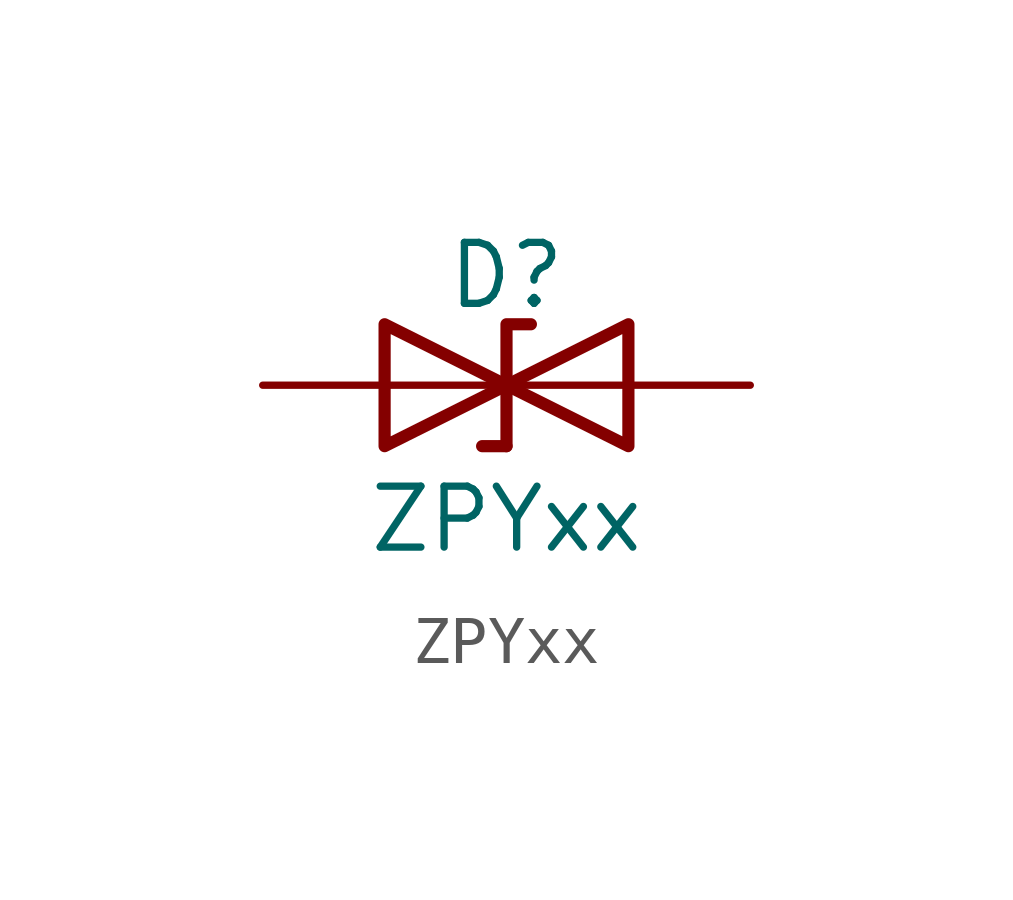
<source format=kicad_sym>
(kicad_symbol_lib
  (version 20241209)
  (generator "kicad_symbol_editor")
  (generator_version "9.0")
  (symbol "ZPYxx"
    (pin_numbers
      (hide yes))
    (pin_names
      (hide yes))
    (property "Reference" "D"
      (at 0 2.286 0)
      (effects (font (size 1.27 1.27))))
    (property "Value" "ZPYxx"
      (at 0 -2.794 0)
      (effects (font (size 1.27 1.27))))
    (symbol "ZPYxx_0_1"
      (polyline (pts (xy -2.54 0) (xy 0 0)) (stroke (width 0) (type default)) (fill (type none)))
      (polyline (pts (xy -2.54 -1.27) (xy -2.54 1.27) (xy 0 0) (xy -2.54 -1.27)) (stroke (width 0.254) (type default)) (fill (type none)))
      (polyline (pts (xy 0 -1.27) (xy 0 1.27) (xy 0.508 1.27)) (stroke (width 0.254) (type default)) (fill (type none)))
      (polyline (pts (xy 2.54 0) (xy 0 0)) (stroke (width 0) (type default)) (fill (type none)))
      (polyline (pts (xy 2.54 -1.27) (xy 2.54 1.27) (xy 0 0) (xy 2.54 -1.27)) (stroke (width 0.254) (type default)) (fill (type none))))
    (symbol "ZPYxx_1_1"
      (polyline (pts (xy 0 -1.27) (xy -0.508 -1.27)) (stroke (width 0.254) (type solid)) (fill (type none)))
      (pin passive line (at -5.08 0 0) (length 2.54) (name "K" (effects (font (size 1.27 1.27)))) (number "1" (effects (font (size 1.27 1.27)))))
      (pin passive line (at 5.08 0 180) (length 2.54) (name "A" (effects (font (size 1.27 1.27)))) (number "2" (effects (font (size 1.27 1.27))))))))
</source>
